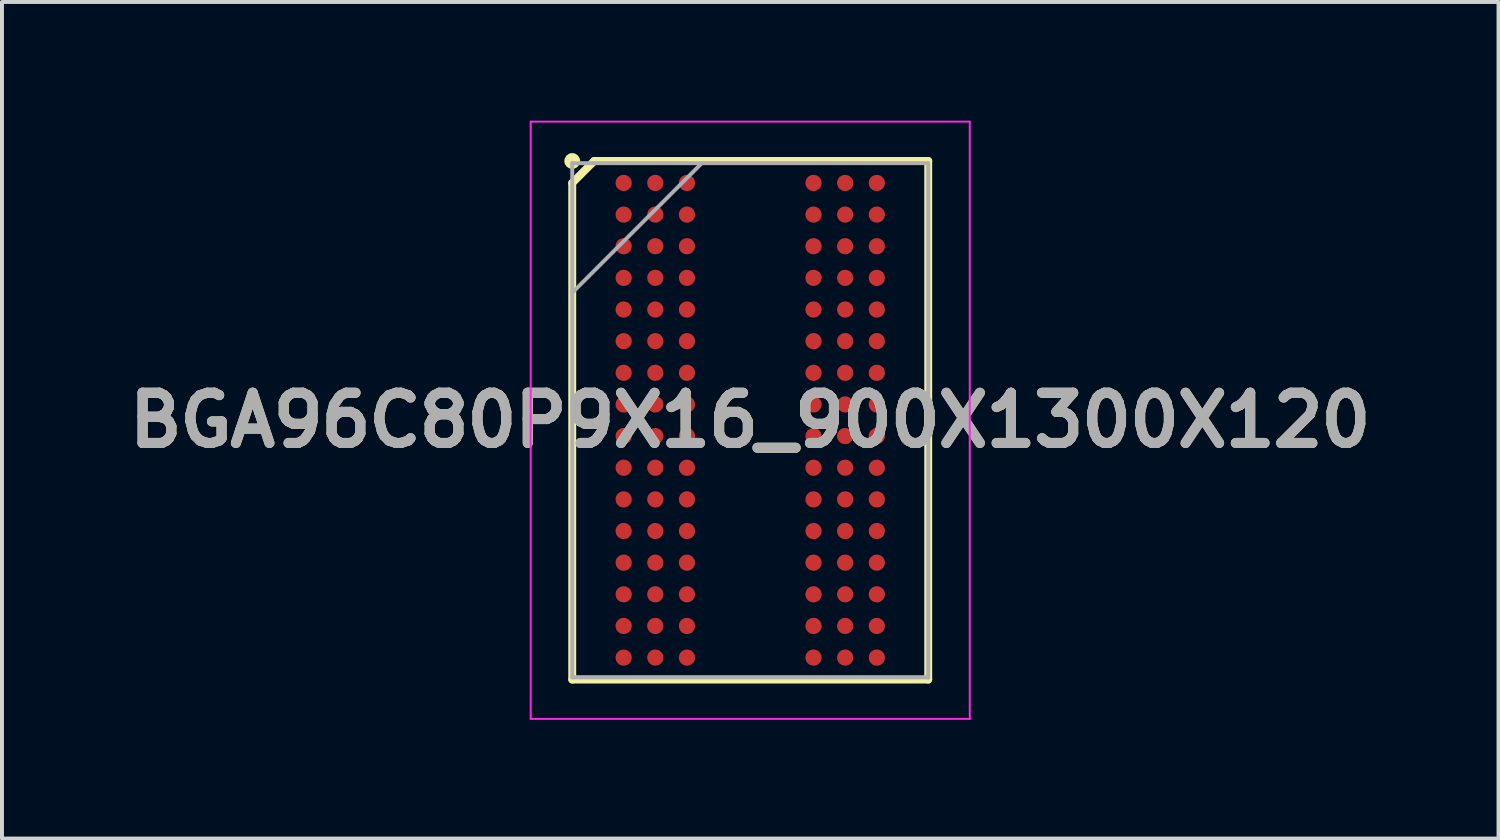
<source format=kicad_pcb>
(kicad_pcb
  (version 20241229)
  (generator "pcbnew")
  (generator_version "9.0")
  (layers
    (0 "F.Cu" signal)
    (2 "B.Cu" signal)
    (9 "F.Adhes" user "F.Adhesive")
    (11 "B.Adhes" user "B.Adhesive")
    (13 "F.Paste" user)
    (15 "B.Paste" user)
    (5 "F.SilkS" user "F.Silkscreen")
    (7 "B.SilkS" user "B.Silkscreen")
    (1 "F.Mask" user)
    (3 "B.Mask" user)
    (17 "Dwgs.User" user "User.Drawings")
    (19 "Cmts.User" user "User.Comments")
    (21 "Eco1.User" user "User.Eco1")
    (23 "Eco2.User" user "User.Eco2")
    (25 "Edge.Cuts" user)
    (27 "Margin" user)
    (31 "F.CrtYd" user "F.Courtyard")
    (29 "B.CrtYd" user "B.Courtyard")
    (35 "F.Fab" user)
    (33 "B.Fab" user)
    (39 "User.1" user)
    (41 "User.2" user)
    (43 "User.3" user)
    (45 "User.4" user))
  (footprint "BGA96C80P9X16_900X1300X120"
    (layer "F.Cu")
    (at 15.917 7.575)
    (property "Reference" "BGA96C80P9X16_900X1300X120" (at 0 0 0) (layer "F.SilkS") (effects (font (size 1.27 1.27) (thickness 0.254))))
    (attr smd)
    (fp_line (start -4.5 -6) (end -3.945 -6.555) (stroke (width 0.2) (type solid)) (layer "F.SilkS"))
    (fp_line (start -4.5 6.555) (end -4.5 -6) (stroke (width 0.2) (type solid)) (layer "F.SilkS"))
    (fp_line (start -3.945 -6.555) (end 4.5 -6.555) (stroke (width 0.2) (type solid)) (layer "F.SilkS"))
    (fp_line (start 4.5 -6.555) (end 4.5 6.555) (stroke (width 0.2) (type solid)) (layer "F.SilkS"))
    (fp_line (start 4.5 6.555) (end -4.5 6.555) (stroke (width 0.2) (type solid)) (layer "F.SilkS"))
    (fp_circle (center -4.5 -6.555) (end -4.5 -6.455) (stroke (width 0.2) (type solid)) (fill no) (layer "F.SilkS"))
    (fp_line (start -5.55 -7.55) (end 5.55 -7.55) (stroke (width 0.05) (type solid)) (layer "F.CrtYd"))
    (fp_line (start -5.55 7.55) (end -5.55 -7.55) (stroke (width 0.05) (type solid)) (layer "F.CrtYd"))
    (fp_line (start 5.55 -7.55) (end 5.55 7.55) (stroke (width 0.05) (type solid)) (layer "F.CrtYd"))
    (fp_line (start 5.55 7.55) (end -5.55 7.55) (stroke (width 0.05) (type solid)) (layer "F.CrtYd"))
    (fp_line (start -4.5 -6.5) (end 4.5 -6.5) (stroke (width 0.1) (type solid)) (layer "F.Fab"))
    (fp_line (start -4.5 -3.225) (end -1.225 -6.5) (stroke (width 0.1) (type solid)) (layer "F.Fab"))
    (fp_line (start -4.5 6.5) (end -4.5 -6.5) (stroke (width 0.1) (type solid)) (layer "F.Fab"))
    (fp_line (start 4.5 -6.5) (end 4.5 6.5) (stroke (width 0.1) (type solid)) (layer "F.Fab"))
    (fp_line (start 4.5 6.5) (end -4.5 6.5) (stroke (width 0.1) (type solid)) (layer "F.Fab"))
    (fp_text user "${REFERENCE}" (at 0 0 0) (layer "F.Fab") (effects (font (size 1.27 1.27) (thickness 0.254))))
    (pad "A1" smd circle (at -3.2 -6 90) (size 0.41 0.41) (layers "F.Cu" "F.Mask" "F.Paste"))
    (pad "A2" smd circle (at -2.4 -6 90) (size 0.41 0.41) (layers "F.Cu" "F.Mask" "F.Paste"))
    (pad "A3" smd circle (at -1.6 -6 90) (size 0.41 0.41) (layers "F.Cu" "F.Mask" "F.Paste"))
    (pad "A7" smd circle (at 1.6 -6 90) (size 0.41 0.41) (layers "F.Cu" "F.Mask" "F.Paste"))
    (pad "A8" smd circle (at 2.4 -6 90) (size 0.41 0.41) (layers "F.Cu" "F.Mask" "F.Paste"))
    (pad "A9" smd circle (at 3.2 -6 90) (size 0.41 0.41) (layers "F.Cu" "F.Mask" "F.Paste"))
    (pad "B1" smd circle (at -3.2 -5.2 90) (size 0.41 0.41) (layers "F.Cu" "F.Mask" "F.Paste"))
    (pad "B2" smd circle (at -2.4 -5.2 90) (size 0.41 0.41) (layers "F.Cu" "F.Mask" "F.Paste"))
    (pad "B3" smd circle (at -1.6 -5.2 90) (size 0.41 0.41) (layers "F.Cu" "F.Mask" "F.Paste"))
    (pad "B7" smd circle (at 1.6 -5.2 90) (size 0.41 0.41) (layers "F.Cu" "F.Mask" "F.Paste"))
    (pad "B8" smd circle (at 2.4 -5.2 90) (size 0.41 0.41) (layers "F.Cu" "F.Mask" "F.Paste"))
    (pad "B9" smd circle (at 3.2 -5.2 90) (size 0.41 0.41) (layers "F.Cu" "F.Mask" "F.Paste"))
    (pad "C1" smd circle (at -3.2 -4.4 90) (size 0.41 0.41) (layers "F.Cu" "F.Mask" "F.Paste"))
    (pad "C2" smd circle (at -2.4 -4.4 90) (size 0.41 0.41) (layers "F.Cu" "F.Mask" "F.Paste"))
    (pad "C3" smd circle (at -1.6 -4.4 90) (size 0.41 0.41) (layers "F.Cu" "F.Mask" "F.Paste"))
    (pad "C7" smd circle (at 1.6 -4.4 90) (size 0.41 0.41) (layers "F.Cu" "F.Mask" "F.Paste"))
    (pad "C8" smd circle (at 2.4 -4.4 90) (size 0.41 0.41) (layers "F.Cu" "F.Mask" "F.Paste"))
    (pad "C9" smd circle (at 3.2 -4.4 90) (size 0.41 0.41) (layers "F.Cu" "F.Mask" "F.Paste"))
    (pad "D1" smd circle (at -3.2 -3.6 90) (size 0.41 0.41) (layers "F.Cu" "F.Mask" "F.Paste"))
    (pad "D2" smd circle (at -2.4 -3.6 90) (size 0.41 0.41) (layers "F.Cu" "F.Mask" "F.Paste"))
    (pad "D3" smd circle (at -1.6 -3.6 90) (size 0.41 0.41) (layers "F.Cu" "F.Mask" "F.Paste"))
    (pad "D7" smd circle (at 1.6 -3.6 90) (size 0.41 0.41) (layers "F.Cu" "F.Mask" "F.Paste"))
    (pad "D8" smd circle (at 2.4 -3.6 90) (size 0.41 0.41) (layers "F.Cu" "F.Mask" "F.Paste"))
    (pad "D9" smd circle (at 3.2 -3.6 90) (size 0.41 0.41) (layers "F.Cu" "F.Mask" "F.Paste"))
    (pad "E1" smd circle (at -3.2 -2.8 90) (size 0.41 0.41) (layers "F.Cu" "F.Mask" "F.Paste"))
    (pad "E2" smd circle (at -2.4 -2.8 90) (size 0.41 0.41) (layers "F.Cu" "F.Mask" "F.Paste"))
    (pad "E3" smd circle (at -1.6 -2.8 90) (size 0.41 0.41) (layers "F.Cu" "F.Mask" "F.Paste"))
    (pad "E7" smd circle (at 1.6 -2.8 90) (size 0.41 0.41) (layers "F.Cu" "F.Mask" "F.Paste"))
    (pad "E8" smd circle (at 2.4 -2.8 90) (size 0.41 0.41) (layers "F.Cu" "F.Mask" "F.Paste"))
    (pad "E9" smd circle (at 3.2 -2.8 90) (size 0.41 0.41) (layers "F.Cu" "F.Mask" "F.Paste"))
    (pad "F1" smd circle (at -3.2 -2 90) (size 0.41 0.41) (layers "F.Cu" "F.Mask" "F.Paste"))
    (pad "F2" smd circle (at -2.4 -2 90) (size 0.41 0.41) (layers "F.Cu" "F.Mask" "F.Paste"))
    (pad "F3" smd circle (at -1.6 -2 90) (size 0.41 0.41) (layers "F.Cu" "F.Mask" "F.Paste"))
    (pad "F7" smd circle (at 1.6 -2 90) (size 0.41 0.41) (layers "F.Cu" "F.Mask" "F.Paste"))
    (pad "F8" smd circle (at 2.4 -2 90) (size 0.41 0.41) (layers "F.Cu" "F.Mask" "F.Paste"))
    (pad "F9" smd circle (at 3.2 -2 90) (size 0.41 0.41) (layers "F.Cu" "F.Mask" "F.Paste"))
    (pad "G1" smd circle (at -3.2 -1.2 90) (size 0.41 0.41) (layers "F.Cu" "F.Mask" "F.Paste"))
    (pad "G2" smd circle (at -2.4 -1.2 90) (size 0.41 0.41) (layers "F.Cu" "F.Mask" "F.Paste"))
    (pad "G3" smd circle (at -1.6 -1.2 90) (size 0.41 0.41) (layers "F.Cu" "F.Mask" "F.Paste"))
    (pad "G7" smd circle (at 1.6 -1.2 90) (size 0.41 0.41) (layers "F.Cu" "F.Mask" "F.Paste"))
    (pad "G8" smd circle (at 2.4 -1.2 90) (size 0.41 0.41) (layers "F.Cu" "F.Mask" "F.Paste"))
    (pad "G9" smd circle (at 3.2 -1.2 90) (size 0.41 0.41) (layers "F.Cu" "F.Mask" "F.Paste"))
    (pad "H1" smd circle (at -3.2 -0.4 90) (size 0.41 0.41) (layers "F.Cu" "F.Mask" "F.Paste"))
    (pad "H2" smd circle (at -2.4 -0.4 90) (size 0.41 0.41) (layers "F.Cu" "F.Mask" "F.Paste"))
    (pad "H3" smd circle (at -1.6 -0.4 90) (size 0.41 0.41) (layers "F.Cu" "F.Mask" "F.Paste"))
    (pad "H7" smd circle (at 1.6 -0.4 90) (size 0.41 0.41) (layers "F.Cu" "F.Mask" "F.Paste"))
    (pad "H8" smd circle (at 2.4 -0.4 90) (size 0.41 0.41) (layers "F.Cu" "F.Mask" "F.Paste"))
    (pad "H9" smd circle (at 3.2 -0.4 90) (size 0.41 0.41) (layers "F.Cu" "F.Mask" "F.Paste"))
    (pad "J1" smd circle (at -3.2 0.4 90) (size 0.41 0.41) (layers "F.Cu" "F.Mask" "F.Paste"))
    (pad "J2" smd circle (at -2.4 0.4 90) (size 0.41 0.41) (layers "F.Cu" "F.Mask" "F.Paste"))
    (pad "J3" smd circle (at -1.6 0.4 90) (size 0.41 0.41) (layers "F.Cu" "F.Mask" "F.Paste"))
    (pad "J7" smd circle (at 1.6 0.4 90) (size 0.41 0.41) (layers "F.Cu" "F.Mask" "F.Paste"))
    (pad "J8" smd circle (at 2.4 0.4 90) (size 0.41 0.41) (layers "F.Cu" "F.Mask" "F.Paste"))
    (pad "J9" smd circle (at 3.2 0.4 90) (size 0.41 0.41) (layers "F.Cu" "F.Mask" "F.Paste"))
    (pad "K1" smd circle (at -3.2 1.2 90) (size 0.41 0.41) (layers "F.Cu" "F.Mask" "F.Paste"))
    (pad "K2" smd circle (at -2.4 1.2 90) (size 0.41 0.41) (layers "F.Cu" "F.Mask" "F.Paste"))
    (pad "K3" smd circle (at -1.6 1.2 90) (size 0.41 0.41) (layers "F.Cu" "F.Mask" "F.Paste"))
    (pad "K7" smd circle (at 1.6 1.2 90) (size 0.41 0.41) (layers "F.Cu" "F.Mask" "F.Paste"))
    (pad "K8" smd circle (at 2.4 1.2 90) (size 0.41 0.41) (layers "F.Cu" "F.Mask" "F.Paste"))
    (pad "K9" smd circle (at 3.2 1.2 90) (size 0.41 0.41) (layers "F.Cu" "F.Mask" "F.Paste"))
    (pad "L1" smd circle (at -3.2 2 90) (size 0.41 0.41) (layers "F.Cu" "F.Mask" "F.Paste"))
    (pad "L2" smd circle (at -2.4 2 90) (size 0.41 0.41) (layers "F.Cu" "F.Mask" "F.Paste"))
    (pad "L3" smd circle (at -1.6 2 90) (size 0.41 0.41) (layers "F.Cu" "F.Mask" "F.Paste"))
    (pad "L7" smd circle (at 1.6 2 90) (size 0.41 0.41) (layers "F.Cu" "F.Mask" "F.Paste"))
    (pad "L8" smd circle (at 2.4 2 90) (size 0.41 0.41) (layers "F.Cu" "F.Mask" "F.Paste"))
    (pad "L9" smd circle (at 3.2 2 90) (size 0.41 0.41) (layers "F.Cu" "F.Mask" "F.Paste"))
    (pad "M1" smd circle (at -3.2 2.8 90) (size 0.41 0.41) (layers "F.Cu" "F.Mask" "F.Paste"))
    (pad "M2" smd circle (at -2.4 2.8 90) (size 0.41 0.41) (layers "F.Cu" "F.Mask" "F.Paste"))
    (pad "M3" smd circle (at -1.6 2.8 90) (size 0.41 0.41) (layers "F.Cu" "F.Mask" "F.Paste"))
    (pad "M7" smd circle (at 1.6 2.8 90) (size 0.41 0.41) (layers "F.Cu" "F.Mask" "F.Paste"))
    (pad "M8" smd circle (at 2.4 2.8 90) (size 0.41 0.41) (layers "F.Cu" "F.Mask" "F.Paste"))
    (pad "M9" smd circle (at 3.2 2.8 90) (size 0.41 0.41) (layers "F.Cu" "F.Mask" "F.Paste"))
    (pad "N1" smd circle (at -3.2 3.6 90) (size 0.41 0.41) (layers "F.Cu" "F.Mask" "F.Paste"))
    (pad "N2" smd circle (at -2.4 3.6 90) (size 0.41 0.41) (layers "F.Cu" "F.Mask" "F.Paste"))
    (pad "N3" smd circle (at -1.6 3.6 90) (size 0.41 0.41) (layers "F.Cu" "F.Mask" "F.Paste"))
    (pad "N7" smd circle (at 1.6 3.6 90) (size 0.41 0.41) (layers "F.Cu" "F.Mask" "F.Paste"))
    (pad "N8" smd circle (at 2.4 3.6 90) (size 0.41 0.41) (layers "F.Cu" "F.Mask" "F.Paste"))
    (pad "N9" smd circle (at 3.2 3.6 90) (size 0.41 0.41) (layers "F.Cu" "F.Mask" "F.Paste"))
    (pad "P1" smd circle (at -3.2 4.4 90) (size 0.41 0.41) (layers "F.Cu" "F.Mask" "F.Paste"))
    (pad "P2" smd circle (at -2.4 4.4 90) (size 0.41 0.41) (layers "F.Cu" "F.Mask" "F.Paste"))
    (pad "P3" smd circle (at -1.6 4.4 90) (size 0.41 0.41) (layers "F.Cu" "F.Mask" "F.Paste"))
    (pad "P7" smd circle (at 1.6 4.4 90) (size 0.41 0.41) (layers "F.Cu" "F.Mask" "F.Paste"))
    (pad "P8" smd circle (at 2.4 4.4 90) (size 0.41 0.41) (layers "F.Cu" "F.Mask" "F.Paste"))
    (pad "P9" smd circle (at 3.2 4.4 90) (size 0.41 0.41) (layers "F.Cu" "F.Mask" "F.Paste"))
    (pad "R1" smd circle (at -3.2 5.2 90) (size 0.41 0.41) (layers "F.Cu" "F.Mask" "F.Paste"))
    (pad "R2" smd circle (at -2.4 5.2 90) (size 0.41 0.41) (layers "F.Cu" "F.Mask" "F.Paste"))
    (pad "R3" smd circle (at -1.6 5.2 90) (size 0.41 0.41) (layers "F.Cu" "F.Mask" "F.Paste"))
    (pad "R7" smd circle (at 1.6 5.2 90) (size 0.41 0.41) (layers "F.Cu" "F.Mask" "F.Paste"))
    (pad "R8" smd circle (at 2.4 5.2 90) (size 0.41 0.41) (layers "F.Cu" "F.Mask" "F.Paste"))
    (pad "R9" smd circle (at 3.2 5.2 90) (size 0.41 0.41) (layers "F.Cu" "F.Mask" "F.Paste"))
    (pad "T1" smd circle (at -3.2 6 90) (size 0.41 0.41) (layers "F.Cu" "F.Mask" "F.Paste"))
    (pad "T2" smd circle (at -2.4 6 90) (size 0.41 0.41) (layers "F.Cu" "F.Mask" "F.Paste"))
    (pad "T3" smd circle (at -1.6 6 90) (size 0.41 0.41) (layers "F.Cu" "F.Mask" "F.Paste"))
    (pad "T7" smd circle (at 1.6 6 90) (size 0.41 0.41) (layers "F.Cu" "F.Mask" "F.Paste"))
    (pad "T8" smd circle (at 2.4 6 90) (size 0.41 0.41) (layers "F.Cu" "F.Mask" "F.Paste"))
    (pad "T9" smd circle (at 3.2 6 90) (size 0.41 0.41) (layers "F.Cu" "F.Mask" "F.Paste")))
  (gr_rect
    (start -3 -3)
    (end 34.835 18.15)
    (stroke (width 0.1) (type default))
    (fill no)
    (layer "Edge.Cuts")))
</source>
